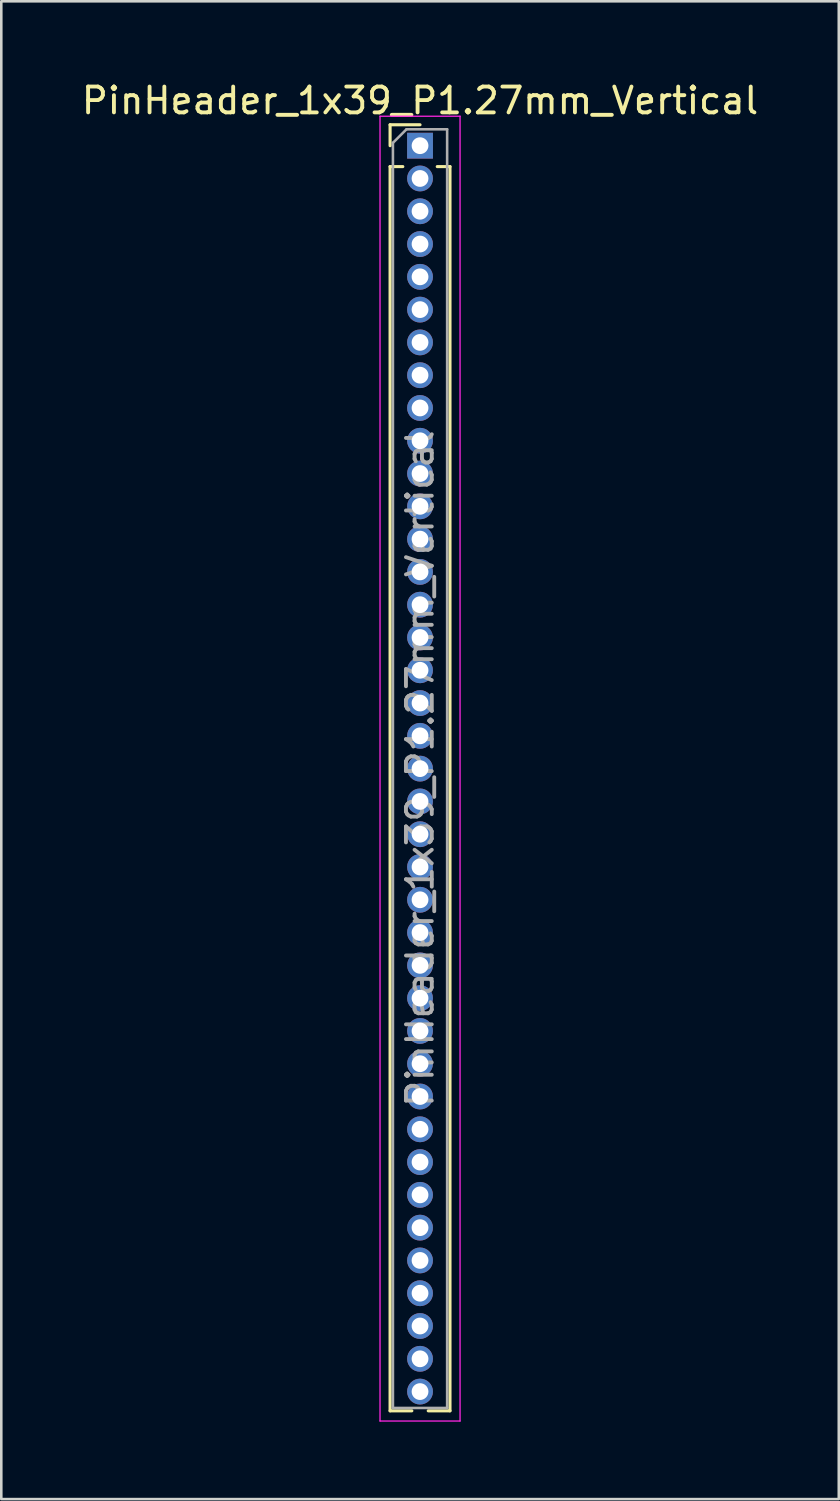
<source format=kicad_pcb>
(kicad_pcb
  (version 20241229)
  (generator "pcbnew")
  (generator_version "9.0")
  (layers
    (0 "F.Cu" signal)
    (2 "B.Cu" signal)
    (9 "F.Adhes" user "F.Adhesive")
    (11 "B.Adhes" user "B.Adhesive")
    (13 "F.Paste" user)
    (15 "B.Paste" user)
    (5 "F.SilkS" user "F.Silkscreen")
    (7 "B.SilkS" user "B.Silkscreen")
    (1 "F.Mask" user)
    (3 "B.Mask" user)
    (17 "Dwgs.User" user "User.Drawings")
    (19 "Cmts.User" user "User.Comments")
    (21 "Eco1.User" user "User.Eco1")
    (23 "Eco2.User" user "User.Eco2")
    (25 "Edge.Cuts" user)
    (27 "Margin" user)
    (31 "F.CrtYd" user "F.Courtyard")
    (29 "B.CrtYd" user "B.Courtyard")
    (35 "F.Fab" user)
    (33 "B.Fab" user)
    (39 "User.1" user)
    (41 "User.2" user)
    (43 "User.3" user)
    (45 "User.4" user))
  (footprint "PinHeader_1x39_P1.27mm_Vertical"
    (layer "F.Cu")
    (at 13.22 2.593)
    (property "Reference" "PinHeader_1x39_P1.27mm_Vertical" (at 0 -1.745 0) (layer "F.SilkS") (effects (font (size 1 1) (thickness 0.15))))
    (attr through_hole)
    (fp_line (start -1.16 -0.81) (end 0 -0.81) (stroke (width 0.12) (type solid)) (layer "F.SilkS"))
    (fp_line (start -1.16 0) (end -1.16 -0.81) (stroke (width 0.12) (type solid)) (layer "F.SilkS"))
    (fp_line (start -1.16 0.81) (end -1.16 49.005) (stroke (width 0.12) (type solid)) (layer "F.SilkS"))
    (fp_line (start -1.16 0.81) (end -0.667 0.81) (stroke (width 0.12) (type solid)) (layer "F.SilkS"))
    (fp_line (start -1.16 49.005) (end -0.318 49.005) (stroke (width 0.12) (type solid)) (layer "F.SilkS"))
    (fp_line (start 0.318 49.005) (end 1.16 49.005) (stroke (width 0.12) (type solid)) (layer "F.SilkS"))
    (fp_line (start 0.667 0.81) (end 1.16 0.81) (stroke (width 0.12) (type solid)) (layer "F.SilkS"))
    (fp_line (start 1.16 0.81) (end 1.16 49.005) (stroke (width 0.12) (type solid)) (layer "F.SilkS"))
    (fp_line (start -1.55 -1.14) (end -1.55 49.4) (stroke (width 0.05) (type solid)) (layer "F.CrtYd"))
    (fp_line (start -1.55 49.4) (end 1.55 49.4) (stroke (width 0.05) (type solid)) (layer "F.CrtYd"))
    (fp_line (start 1.55 -1.14) (end -1.55 -1.14) (stroke (width 0.05) (type solid)) (layer "F.CrtYd"))
    (fp_line (start 1.55 49.4) (end 1.55 -1.14) (stroke (width 0.05) (type solid)) (layer "F.CrtYd"))
    (fp_line (start -1.05 -0.11) (end -0.525 -0.635) (stroke (width 0.1) (type solid)) (layer "F.Fab"))
    (fp_line (start -1.05 48.895) (end -1.05 -0.11) (stroke (width 0.1) (type solid)) (layer "F.Fab"))
    (fp_line (start -0.525 -0.635) (end 1.05 -0.635) (stroke (width 0.1) (type solid)) (layer "F.Fab"))
    (fp_line (start 1.05 -0.635) (end 1.05 48.895) (stroke (width 0.1) (type solid)) (layer "F.Fab"))
    (fp_line (start 1.05 48.895) (end -1.05 48.895) (stroke (width 0.1) (type solid)) (layer "F.Fab"))
    (fp_text user "${REFERENCE}" (at 0 24.13 90) (layer "F.Fab") (effects (font (size 1 1) (thickness 0.15))))
    (pad "1" thru_hole rect (at 0 0) (size 1 1) (drill 0.65) (layers "*.Cu" "*.Mask"))
    (pad "2" thru_hole circle (at 0 1.27) (size 1 1) (drill 0.65) (layers "*.Cu" "*.Mask"))
    (pad "3" thru_hole circle (at 0 2.54) (size 1 1) (drill 0.65) (layers "*.Cu" "*.Mask"))
    (pad "4" thru_hole circle (at 0 3.81) (size 1 1) (drill 0.65) (layers "*.Cu" "*.Mask"))
    (pad "5" thru_hole circle (at 0 5.08) (size 1 1) (drill 0.65) (layers "*.Cu" "*.Mask"))
    (pad "6" thru_hole circle (at 0 6.35) (size 1 1) (drill 0.65) (layers "*.Cu" "*.Mask"))
    (pad "7" thru_hole circle (at 0 7.62) (size 1 1) (drill 0.65) (layers "*.Cu" "*.Mask"))
    (pad "8" thru_hole circle (at 0 8.89) (size 1 1) (drill 0.65) (layers "*.Cu" "*.Mask"))
    (pad "9" thru_hole circle (at 0 10.16) (size 1 1) (drill 0.65) (layers "*.Cu" "*.Mask"))
    (pad "10" thru_hole circle (at 0 11.43) (size 1 1) (drill 0.65) (layers "*.Cu" "*.Mask"))
    (pad "11" thru_hole circle (at 0 12.7) (size 1 1) (drill 0.65) (layers "*.Cu" "*.Mask"))
    (pad "12" thru_hole circle (at 0 13.97) (size 1 1) (drill 0.65) (layers "*.Cu" "*.Mask"))
    (pad "13" thru_hole circle (at 0 15.24) (size 1 1) (drill 0.65) (layers "*.Cu" "*.Mask"))
    (pad "14" thru_hole circle (at 0 16.51) (size 1 1) (drill 0.65) (layers "*.Cu" "*.Mask"))
    (pad "15" thru_hole circle (at 0 17.78) (size 1 1) (drill 0.65) (layers "*.Cu" "*.Mask"))
    (pad "16" thru_hole circle (at 0 19.05) (size 1 1) (drill 0.65) (layers "*.Cu" "*.Mask"))
    (pad "17" thru_hole circle (at 0 20.32) (size 1 1) (drill 0.65) (layers "*.Cu" "*.Mask"))
    (pad "18" thru_hole circle (at 0 21.59) (size 1 1) (drill 0.65) (layers "*.Cu" "*.Mask"))
    (pad "19" thru_hole circle (at 0 22.86) (size 1 1) (drill 0.65) (layers "*.Cu" "*.Mask"))
    (pad "20" thru_hole circle (at 0 24.13) (size 1 1) (drill 0.65) (layers "*.Cu" "*.Mask"))
    (pad "21" thru_hole circle (at 0 25.4) (size 1 1) (drill 0.65) (layers "*.Cu" "*.Mask"))
    (pad "22" thru_hole circle (at 0 26.67) (size 1 1) (drill 0.65) (layers "*.Cu" "*.Mask"))
    (pad "23" thru_hole circle (at 0 27.94) (size 1 1) (drill 0.65) (layers "*.Cu" "*.Mask"))
    (pad "24" thru_hole circle (at 0 29.21) (size 1 1) (drill 0.65) (layers "*.Cu" "*.Mask"))
    (pad "25" thru_hole circle (at 0 30.48) (size 1 1) (drill 0.65) (layers "*.Cu" "*.Mask"))
    (pad "26" thru_hole circle (at 0 31.75) (size 1 1) (drill 0.65) (layers "*.Cu" "*.Mask"))
    (pad "27" thru_hole circle (at 0 33.02) (size 1 1) (drill 0.65) (layers "*.Cu" "*.Mask"))
    (pad "28" thru_hole circle (at 0 34.29) (size 1 1) (drill 0.65) (layers "*.Cu" "*.Mask"))
    (pad "29" thru_hole circle (at 0 35.56) (size 1 1) (drill 0.65) (layers "*.Cu" "*.Mask"))
    (pad "30" thru_hole circle (at 0 36.83) (size 1 1) (drill 0.65) (layers "*.Cu" "*.Mask"))
    (pad "31" thru_hole circle (at 0 38.1) (size 1 1) (drill 0.65) (layers "*.Cu" "*.Mask"))
    (pad "32" thru_hole circle (at 0 39.37) (size 1 1) (drill 0.65) (layers "*.Cu" "*.Mask"))
    (pad "33" thru_hole circle (at 0 40.64) (size 1 1) (drill 0.65) (layers "*.Cu" "*.Mask"))
    (pad "34" thru_hole circle (at 0 41.91) (size 1 1) (drill 0.65) (layers "*.Cu" "*.Mask"))
    (pad "35" thru_hole circle (at 0 43.18) (size 1 1) (drill 0.65) (layers "*.Cu" "*.Mask"))
    (pad "36" thru_hole circle (at 0 44.45) (size 1 1) (drill 0.65) (layers "*.Cu" "*.Mask"))
    (pad "37" thru_hole circle (at 0 45.72) (size 1 1) (drill 0.65) (layers "*.Cu" "*.Mask"))
    (pad "38" thru_hole circle (at 0 46.99) (size 1 1) (drill 0.65) (layers "*.Cu" "*.Mask"))
    (pad "39" thru_hole circle (at 0 48.26) (size 1 1) (drill 0.65) (layers "*.Cu" "*.Mask")))
  (gr_rect
    (start -3 -3)
    (end 29.44 55.018)
    (stroke (width 0.1) (type default))
    (fill no)
    (layer "Edge.Cuts")))
</source>
